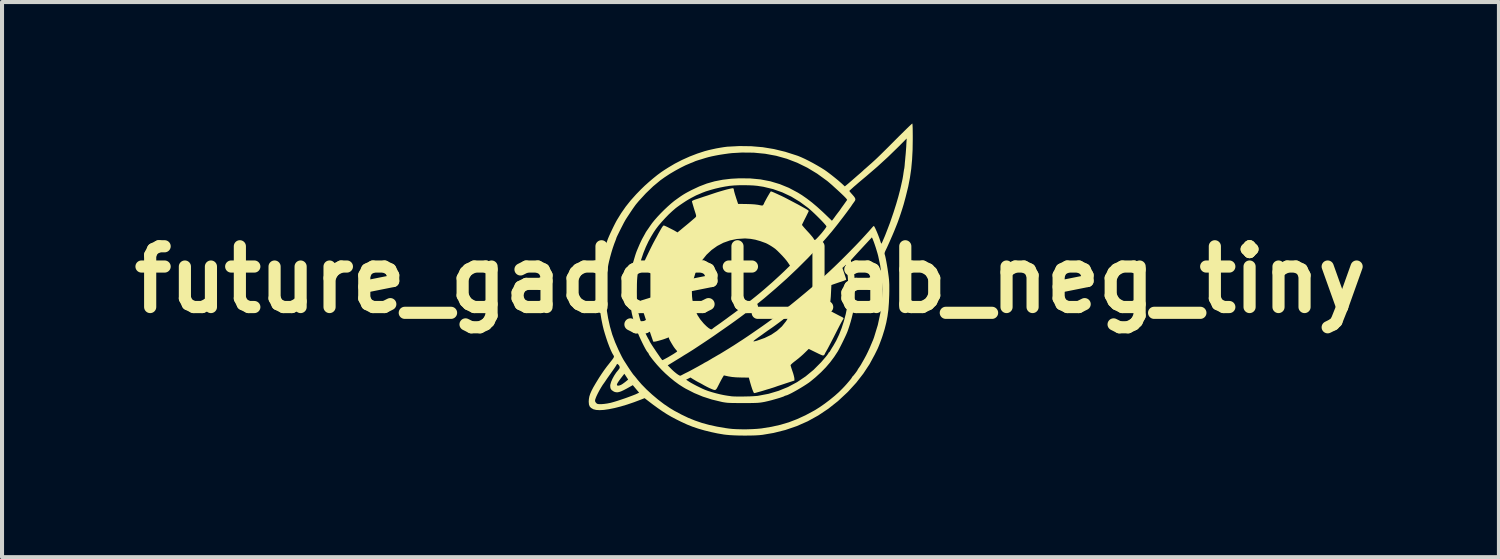
<source format=kicad_pcb>
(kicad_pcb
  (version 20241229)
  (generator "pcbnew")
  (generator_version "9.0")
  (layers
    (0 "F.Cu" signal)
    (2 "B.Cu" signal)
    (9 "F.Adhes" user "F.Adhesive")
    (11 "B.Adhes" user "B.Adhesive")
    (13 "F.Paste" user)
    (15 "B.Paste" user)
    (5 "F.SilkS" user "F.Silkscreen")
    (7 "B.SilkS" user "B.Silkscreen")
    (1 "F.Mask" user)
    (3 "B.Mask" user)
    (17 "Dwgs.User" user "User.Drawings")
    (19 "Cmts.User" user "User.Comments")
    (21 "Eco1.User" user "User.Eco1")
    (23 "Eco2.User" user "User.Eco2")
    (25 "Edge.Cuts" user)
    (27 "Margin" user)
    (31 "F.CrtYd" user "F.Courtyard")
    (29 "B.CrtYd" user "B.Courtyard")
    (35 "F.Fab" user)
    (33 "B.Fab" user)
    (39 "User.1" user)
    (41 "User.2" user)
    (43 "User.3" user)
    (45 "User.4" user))
  (footprint "future_gadget_lab_neg_tiny"
    (layer "F.Cu")
    (at 15.479 3.852)
    (property "Reference" "future_gadget_lab_neg_tiny" (at 0 0 0) (layer "F.SilkS") (effects (font (size 1.5 1.5) (thickness 0.3))))
    (attr board_only exclude_from_pos_files exclude_from_bom)
    (fp_poly (pts (xy 3.998 -3.84) (xy 4.001 -3.802) (xy 4.004 -3.74) (xy 4.005 -3.655) (xy 4.006 -3.546) (xy 4.006 -3.464) (xy 4.002 -3.203) (xy 3.989 -2.96) (xy 3.968 -2.732) (xy 3.936 -2.512) (xy 3.894 -2.295) (xy 3.84 -2.077) (xy 3.838 -2.068) (xy 3.823 -2.011) (xy 3.807 -1.953) (xy 3.795 -1.907) (xy 3.795 -1.907) (xy 3.781 -1.856) (xy 3.763 -1.797) (xy 3.741 -1.726) (xy 3.713 -1.64) (xy 3.678 -1.536) (xy 3.659 -1.483) (xy 3.644 -1.44) (xy 3.622 -1.382) (xy 3.596 -1.317) (xy 3.57 -1.252) (xy 3.548 -1.197) (xy 3.544 -1.188) (xy 3.534 -1.164) (xy 3.517 -1.124) (xy 3.497 -1.077) (xy 3.492 -1.066) (xy 3.428 -0.92) (xy 3.367 -0.785) (xy 3.339 -0.728) (xy 3.318 -0.681) (xy 3.31 -0.65) (xy 3.312 -0.625) (xy 3.314 -0.621) (xy 3.325 -0.583) (xy 3.338 -0.524) (xy 3.353 -0.447) (xy 3.369 -0.357) (xy 3.385 -0.259) (xy 3.4 -0.155) (xy 3.403 -0.132) (xy 3.413 -0.058) (xy 3.42 0.006) (xy 3.424 0.066) (xy 3.427 0.13) (xy 3.427 0.202) (xy 3.427 0.289) (xy 3.425 0.382) (xy 3.417 0.573) (xy 3.404 0.745) (xy 3.382 0.906) (xy 3.352 1.063) (xy 3.312 1.222) (xy 3.26 1.39) (xy 3.259 1.393) (xy 3.243 1.44) (xy 3.222 1.497) (xy 3.199 1.559) (xy 3.176 1.619) (xy 3.155 1.67) (xy 3.139 1.707) (xy 3.134 1.718) (xy 3.123 1.739) (xy 3.105 1.776) (xy 3.081 1.824) (xy 3.07 1.847) (xy 2.939 2.089) (xy 2.786 2.321) (xy 2.612 2.545) (xy 2.413 2.763) (xy 2.389 2.787) (xy 2.159 3.001) (xy 1.92 3.19) (xy 1.671 3.356) (xy 1.412 3.499) (xy 1.142 3.618) (xy 0.861 3.714) (xy 0.569 3.787) (xy 0.298 3.833) (xy 0.213 3.842) (xy 0.107 3.848) (xy -0.012 3.851) (xy -0.138 3.852) (xy -0.267 3.851) (xy -0.391 3.847) (xy -0.506 3.841) (xy -0.604 3.832) (xy -0.655 3.826) (xy -0.814 3.799) (xy -0.978 3.764) (xy -1.14 3.724) (xy -1.295 3.679) (xy -1.436 3.631) (xy -1.559 3.582) (xy -1.577 3.574) (xy -1.718 3.509) (xy -1.842 3.447) (xy -1.957 3.386) (xy -2.065 3.323) (xy -2.172 3.254) (xy -2.284 3.177) (xy -2.405 3.089) (xy -2.539 2.987) (xy -2.545 2.982) (xy -2.615 2.928) (xy -2.698 2.961) (xy -2.875 3.028) (xy -3.045 3.086) (xy -3.206 3.134) (xy -3.356 3.172) (xy -3.494 3.2) (xy -3.617 3.218) (xy -3.723 3.224) (xy -3.811 3.219) (xy -3.879 3.202) (xy -3.885 3.199) (xy -3.937 3.169) (xy -3.97 3.133) (xy -3.988 3.085) (xy -3.994 3.019) (xy -3.994 3.012) (xy -3.993 2.993) (xy -3.838 2.993) (xy -3.833 3.014) (xy -3.826 3.028) (xy -3.802 3.056) (xy -3.775 3.071) (xy -3.737 3.076) (xy -3.68 3.076) (xy -3.611 3.07) (xy -3.538 3.06) (xy -3.466 3.046) (xy -3.448 3.042) (xy -3.376 3.022) (xy -3.29 2.996) (xy -3.194 2.964) (xy -3.096 2.931) (xy -3 2.896) (xy -2.912 2.863) (xy -2.838 2.834) (xy -2.791 2.812) (xy -2.75 2.793) (xy -2.828 2.7) (xy -2.906 2.607) (xy -2.965 2.64) (xy -3.059 2.693) (xy -3.136 2.733) (xy -3.197 2.761) (xy -3.247 2.777) (xy -3.289 2.784) (xy -3.326 2.781) (xy -3.362 2.771) (xy -3.382 2.761) (xy -3.431 2.727) (xy -3.458 2.681) (xy -3.464 2.622) (xy -3.46 2.591) (xy -3.298 2.591) (xy -3.295 2.611) (xy -3.276 2.619) (xy -3.267 2.62) (xy -3.233 2.614) (xy -3.195 2.599) (xy -3.194 2.598) (xy -3.162 2.579) (xy -3.12 2.549) (xy -3.086 2.523) (xy -3.02 2.469) (xy -3.067 2.397) (xy -3.115 2.326) (xy -3.208 2.446) (xy -3.255 2.511) (xy -3.285 2.558) (xy -3.298 2.591) (xy -3.46 2.591) (xy -3.46 2.59) (xy -3.442 2.527) (xy -3.41 2.453) (xy -3.367 2.374) (xy -3.318 2.299) (xy -3.265 2.234) (xy -3.235 2.194) (xy -3.228 2.16) (xy -3.242 2.126) (xy -3.245 2.121) (xy -3.269 2.095) (xy -3.289 2.082) (xy -3.3 2.087) (xy -3.3 2.092) (xy -3.307 2.106) (xy -3.327 2.138) (xy -3.356 2.182) (xy -3.393 2.235) (xy -3.413 2.263) (xy -3.456 2.324) (xy -3.497 2.382) (xy -3.533 2.433) (xy -3.558 2.47) (xy -3.564 2.478) (xy -3.587 2.513) (xy -3.606 2.54) (xy -3.612 2.549) (xy -3.648 2.599) (xy -3.689 2.665) (xy -3.732 2.739) (xy -3.771 2.813) (xy -3.803 2.88) (xy -3.821 2.925) (xy -3.835 2.966) (xy -3.838 2.993) (xy -3.993 2.993) (xy -3.99 2.95) (xy -3.979 2.888) (xy -3.958 2.822) (xy -3.926 2.748) (xy -3.882 2.663) (xy -3.823 2.562) (xy -3.809 2.539) (xy -3.738 2.423) (xy -3.673 2.324) (xy -3.611 2.234) (xy -3.546 2.146) (xy -3.499 2.087) (xy -3.449 2.023) (xy -3.412 1.976) (xy -3.388 1.942) (xy -3.375 1.918) (xy -3.371 1.9) (xy -3.374 1.886) (xy -3.382 1.872) (xy -3.386 1.866) (xy -3.416 1.814) (xy -3.45 1.742) (xy -3.486 1.655) (xy -3.524 1.555) (xy -3.56 1.449) (xy -3.594 1.341) (xy -3.625 1.235) (xy -3.649 1.136) (xy -3.653 1.117) (xy -3.681 0.981) (xy -3.702 0.853) (xy -3.718 0.726) (xy -3.728 0.596) (xy -3.734 0.454) (xy -3.735 0.388) (xy -3.576 0.388) (xy -3.569 0.569) (xy -3.552 0.732) (xy -3.515 0.957) (xy -3.469 1.163) (xy -3.413 1.358) (xy -3.343 1.547) (xy -3.259 1.738) (xy -3.228 1.802) (xy -3.198 1.863) (xy -3.175 1.909) (xy -3.156 1.944) (xy -3.137 1.978) (xy -3.114 2.015) (xy -3.083 2.063) (xy -3.06 2.099) (xy -3.019 2.163) (xy -2.978 2.225) (xy -2.941 2.279) (xy -2.91 2.323) (xy -2.888 2.352) (xy -2.879 2.363) (xy -2.867 2.375) (xy -2.844 2.403) (xy -2.813 2.441) (xy -2.794 2.466) (xy -2.69 2.587) (xy -2.566 2.714) (xy -2.429 2.84) (xy -2.284 2.962) (xy -2.136 3.075) (xy -1.989 3.174) (xy -1.881 3.239) (xy -1.705 3.333) (xy -1.536 3.414) (xy -1.368 3.482) (xy -1.198 3.54) (xy -1.019 3.589) (xy -0.826 3.631) (xy -0.615 3.667) (xy -0.539 3.678) (xy -0.448 3.688) (xy -0.338 3.694) (xy -0.216 3.697) (xy -0.088 3.697) (xy 0.039 3.693) (xy 0.158 3.686) (xy 0.264 3.676) (xy 0.284 3.673) (xy 0.519 3.635) (xy 0.737 3.586) (xy 0.946 3.524) (xy 1.149 3.446) (xy 1.354 3.352) (xy 1.565 3.239) (xy 1.603 3.217) (xy 1.714 3.147) (xy 1.834 3.063) (xy 1.957 2.97) (xy 2.076 2.873) (xy 2.184 2.777) (xy 2.273 2.688) (xy 2.328 2.63) (xy 2.379 2.573) (xy 2.425 2.519) (xy 2.463 2.474) (xy 2.49 2.439) (xy 2.503 2.419) (xy 2.504 2.416) (xy 2.514 2.398) (xy 2.52 2.392) (xy 2.535 2.378) (xy 2.558 2.35) (xy 2.586 2.315) (xy 2.613 2.279) (xy 2.634 2.248) (xy 2.645 2.23) (xy 2.645 2.228) (xy 2.652 2.213) (xy 2.67 2.187) (xy 2.676 2.179) (xy 2.704 2.138) (xy 2.731 2.095) (xy 2.732 2.093) (xy 2.749 2.062) (xy 2.775 2.017) (xy 2.805 1.964) (xy 2.822 1.933) (xy 2.856 1.87) (xy 2.893 1.795) (xy 2.929 1.718) (xy 2.948 1.676) (xy 2.972 1.618) (xy 2.994 1.567) (xy 3.01 1.528) (xy 3.019 1.509) (xy 3.029 1.483) (xy 3.044 1.443) (xy 3.054 1.413) (xy 3.143 1.121) (xy 3.206 0.828) (xy 3.244 0.535) (xy 3.255 0.24) (xy 3.241 -0.054) (xy 3.202 -0.35) (xy 3.152 -0.584) (xy 3.137 -0.641) (xy 3.116 -0.711) (xy 3.093 -0.787) (xy 3.068 -0.862) (xy 3.045 -0.928) (xy 3.025 -0.978) (xy 3.022 -0.987) (xy 2.998 -1.042) (xy 2.921 -0.961) (xy 2.878 -0.914) (xy 2.824 -0.856) (xy 2.764 -0.791) (xy 2.702 -0.724) (xy 2.642 -0.659) (xy 2.588 -0.6) (xy 2.545 -0.553) (xy 2.525 -0.53) (xy 2.477 -0.477) (xy 2.503 -0.376) (xy 2.524 -0.294) (xy 2.54 -0.226) (xy 2.553 -0.166) (xy 2.562 -0.111) (xy 2.568 -0.055) (xy 2.572 0.008) (xy 2.574 0.082) (xy 2.575 0.172) (xy 2.575 0.27) (xy 2.574 0.38) (xy 2.573 0.469) (xy 2.571 0.54) (xy 2.568 0.597) (xy 2.564 0.645) (xy 2.558 0.686) (xy 2.551 0.719) (xy 2.525 0.84) (xy 2.5 0.943) (xy 2.474 1.039) (xy 2.445 1.134) (xy 2.411 1.237) (xy 2.394 1.284) (xy 2.381 1.316) (xy 2.359 1.366) (xy 2.33 1.428) (xy 2.297 1.497) (xy 2.262 1.569) (xy 2.227 1.638) (xy 2.196 1.698) (xy 2.171 1.745) (xy 2.158 1.769) (xy 2.065 1.911) (xy 1.967 2.042) (xy 1.861 2.166) (xy 1.742 2.288) (xy 1.606 2.412) (xy 1.489 2.509) (xy 1.442 2.545) (xy 1.381 2.586) (xy 1.311 2.631) (xy 1.236 2.677) (xy 1.158 2.723) (xy 1.083 2.765) (xy 1.013 2.803) (xy 0.952 2.833) (xy 0.905 2.854) (xy 0.874 2.863) (xy 0.87 2.864) (xy 0.846 2.871) (xy 0.84 2.875) (xy 0.821 2.886) (xy 0.781 2.9) (xy 0.726 2.919) (xy 0.659 2.939) (xy 0.586 2.96) (xy 0.511 2.981) (xy 0.439 2.999) (xy 0.374 3.014) (xy 0.347 3.02) (xy 0.302 3.028) (xy 0.26 3.035) (xy 0.217 3.04) (xy 0.17 3.044) (xy 0.114 3.046) (xy 0.046 3.048) (xy -0.039 3.049) (xy -0.144 3.049) (xy -0.186 3.049) (xy -0.299 3.049) (xy -0.39 3.048) (xy -0.463 3.047) (xy -0.522 3.045) (xy -0.571 3.042) (xy -0.614 3.037) (xy -0.654 3.031) (xy -0.695 3.024) (xy -0.713 3.02) (xy -0.953 2.962) (xy -1.177 2.89) (xy -1.391 2.801) (xy -1.602 2.693) (xy -1.663 2.657) (xy -1.766 2.591) (xy -1.878 2.509) (xy -1.923 2.472) (xy -1.59 2.472) (xy -1.511 2.524) (xy -1.465 2.552) (xy -1.403 2.586) (xy -1.331 2.624) (xy -1.256 2.661) (xy -1.186 2.695) (xy -1.126 2.721) (xy -1.124 2.722) (xy -1.049 2.75) (xy -0.957 2.779) (xy -0.857 2.807) (xy -0.756 2.832) (xy -0.662 2.852) (xy -0.604 2.862) (xy -0.552 2.87) (xy -0.507 2.876) (xy -0.477 2.881) (xy -0.475 2.881) (xy -0.431 2.885) (xy -0.367 2.887) (xy -0.288 2.888) (xy -0.2 2.888) (xy -0.107 2.886) (xy -0.017 2.884) (xy 0.066 2.88) (xy 0.137 2.875) (xy 0.19 2.87) (xy 0.191 2.869) (xy 0.448 2.82) (xy 0.693 2.747) (xy 0.927 2.652) (xy 1.149 2.533) (xy 1.359 2.392) (xy 1.557 2.229) (xy 1.743 2.042) (xy 1.849 1.919) (xy 1.883 1.877) (xy 1.909 1.842) (xy 1.924 1.818) (xy 1.926 1.812) (xy 1.934 1.798) (xy 1.937 1.798) (xy 1.95 1.788) (xy 1.963 1.769) (xy 1.978 1.742) (xy 1.996 1.712) (xy 2.021 1.671) (xy 2.043 1.637) (xy 2.116 1.509) (xy 2.186 1.361) (xy 2.25 1.198) (xy 2.306 1.025) (xy 2.352 0.85) (xy 2.387 0.676) (xy 2.388 0.668) (xy 2.398 0.586) (xy 2.406 0.485) (xy 2.41 0.374) (xy 2.412 0.257) (xy 2.412 0.141) (xy 2.408 0.032) (xy 2.402 -0.063) (xy 2.393 -0.135) (xy 2.384 -0.195) (xy 2.374 -0.252) (xy 2.367 -0.298) (xy 2.365 -0.308) (xy 2.356 -0.365) (xy 2.313 -0.326) (xy 2.269 -0.287) (xy 2.316 -0.149) (xy 2.335 -0.093) (xy 2.35 -0.046) (xy 2.36 -0.013) (xy 2.363 -0.001) (xy 2.358 0.006) (xy 2.34 0.015) (xy 2.308 0.028) (xy 2.256 0.047) (xy 2.202 0.064) (xy 2.161 0.078) (xy 2.109 0.096) (xy 2.074 0.108) (xy 1.997 0.135) (xy 1.987 0.334) (xy 1.983 0.414) (xy 1.976 0.495) (xy 1.968 0.569) (xy 1.96 0.628) (xy 1.957 0.641) (xy 1.948 0.694) (xy 1.943 0.727) (xy 1.944 0.747) (xy 1.951 0.759) (xy 1.96 0.767) (xy 1.979 0.778) (xy 2.016 0.799) (xy 2.065 0.825) (xy 2.121 0.854) (xy 2.178 0.884) (xy 2.231 0.911) (xy 2.27 0.93) (xy 2.295 0.95) (xy 2.295 0.973) (xy 2.287 0.983) (xy 2.278 0.994) (xy 2.265 1.017) (xy 2.246 1.051) (xy 2.219 1.1) (xy 2.185 1.166) (xy 2.142 1.249) (xy 2.089 1.353) (xy 2.049 1.432) (xy 2.007 1.513) (xy 1.967 1.59) (xy 1.931 1.659) (xy 1.901 1.715) (xy 1.879 1.754) (xy 1.871 1.769) (xy 1.851 1.802) (xy 1.838 1.827) (xy 1.836 1.834) (xy 1.828 1.85) (xy 1.814 1.865) (xy 1.804 1.872) (xy 1.79 1.874) (xy 1.77 1.87) (xy 1.74 1.858) (xy 1.695 1.838) (xy 1.632 1.807) (xy 1.615 1.799) (xy 1.438 1.712) (xy 1.358 1.79) (xy 1.299 1.847) (xy 1.243 1.897) (xy 1.184 1.947) (xy 1.113 2.003) (xy 1.08 2.028) (xy 1.039 2.061) (xy 1.008 2.09) (xy 0.991 2.109) (xy 0.989 2.114) (xy 0.993 2.132) (xy 1.004 2.169) (xy 1.02 2.218) (xy 1.034 2.259) (xy 1.054 2.318) (xy 1.07 2.375) (xy 1.08 2.421) (xy 1.083 2.44) (xy 1.085 2.493) (xy 0.873 2.562) (xy 0.799 2.587) (xy 0.729 2.61) (xy 0.668 2.63) (xy 0.623 2.646) (xy 0.604 2.653) (xy 0.553 2.67) (xy 0.498 2.687) (xy 0.485 2.692) (xy 0.432 2.707) (xy 0.376 2.724) (xy 0.363 2.728) (xy 0.295 2.749) (xy 0.229 2.768) (xy 0.171 2.784) (xy 0.125 2.797) (xy 0.096 2.803) (xy 0.092 2.804) (xy 0.08 2.793) (xy 0.064 2.759) (xy 0.043 2.706) (xy 0.02 2.636) (xy -0.005 2.552) (xy -0.022 2.491) (xy -0.041 2.421) (xy -0.235 2.418) (xy -0.357 2.414) (xy -0.457 2.405) (xy -0.542 2.391) (xy -0.543 2.391) (xy -0.657 2.366) (xy -0.686 2.413) (xy -0.707 2.449) (xy -0.733 2.497) (xy -0.757 2.543) (xy -0.792 2.612) (xy -0.818 2.662) (xy -0.837 2.695) (xy -0.853 2.714) (xy -0.867 2.724) (xy -0.882 2.727) (xy -0.891 2.726) (xy -0.919 2.719) (xy -0.964 2.701) (xy -1.022 2.675) (xy -1.086 2.643) (xy -1.152 2.608) (xy -1.188 2.587) (xy -1.229 2.564) (xy -1.269 2.543) (xy -1.278 2.539) (xy -1.308 2.523) (xy -1.351 2.499) (xy -1.397 2.471) (xy -1.4 2.47) (xy -1.483 2.418) (xy -1.536 2.445) (xy -1.59 2.472) (xy -1.923 2.472) (xy -1.992 2.416) (xy -2.102 2.318) (xy -2.196 2.226) (xy -2.254 2.164) (xy -2.296 2.118) (xy -2.044 2.118) (xy -1.943 2.22) (xy -1.889 2.27) (xy -1.836 2.314) (xy -1.789 2.348) (xy -1.752 2.369) (xy -1.734 2.374) (xy -1.719 2.369) (xy -1.691 2.355) (xy -1.682 2.35) (xy -1.646 2.331) (xy -1.599 2.307) (xy -1.56 2.288) (xy -1.523 2.269) (xy -1.471 2.242) (xy -1.412 2.21) (xy -1.348 2.175) (xy -1.286 2.141) (xy -1.231 2.11) (xy -1.187 2.086) (xy -1.159 2.069) (xy -1.156 2.067) (xy -1.131 2.052) (xy -1.098 2.035) (xy -1.065 2.018) (xy -1.04 2.003) (xy -1.017 1.989) (xy -0.981 1.968) (xy -0.937 1.941) (xy -0.889 1.914) (xy -0.845 1.888) (xy -0.807 1.866) (xy -0.783 1.852) (xy -0.776 1.849) (xy -0.765 1.843) (xy -0.736 1.825) (xy -0.693 1.799) (xy -0.641 1.767) (xy -0.584 1.732) (xy -0.525 1.696) (xy -0.47 1.661) (xy -0.421 1.631) (xy -0.384 1.607) (xy -0.372 1.599) (xy -0.344 1.581) (xy -0.3 1.552) (xy -0.251 1.52) (xy 0.073 1.52) (xy 0.077 1.527) (xy 0.101 1.524) (xy 0.146 1.513) (xy 0.166 1.507) (xy 0.349 1.442) (xy 0.511 1.363) (xy 0.653 1.267) (xy 0.775 1.157) (xy 0.877 1.03) (xy 0.936 0.933) (xy 0.961 0.886) (xy 0.973 0.86) (xy 0.971 0.852) (xy 0.956 0.862) (xy 0.934 0.882) (xy 0.902 0.909) (xy 0.853 0.949) (xy 0.792 0.996) (xy 0.724 1.048) (xy 0.652 1.101) (xy 0.582 1.152) (xy 0.518 1.197) (xy 0.465 1.233) (xy 0.463 1.235) (xy 0.437 1.252) (xy 0.398 1.28) (xy 0.353 1.312) (xy 0.34 1.321) (xy 0.289 1.359) (xy 0.235 1.397) (xy 0.191 1.428) (xy 0.186 1.432) (xy 0.127 1.474) (xy 0.089 1.503) (xy 0.073 1.52) (xy -0.251 1.52) (xy -0.247 1.518) (xy -0.193 1.483) (xy -0.133 1.443) (xy -0.057 1.392) (xy 0.028 1.334) (xy 0.119 1.271) (xy 0.209 1.209) (xy 0.294 1.15) (xy 0.367 1.098) (xy 0.416 1.063) (xy 0.464 1.028) (xy 0.519 0.988) (xy 0.552 0.965) (xy 0.6 0.93) (xy 0.655 0.888) (xy 0.701 0.852) (xy 0.745 0.818) (xy 0.8 0.774) (xy 0.861 0.728) (xy 0.905 0.693) (xy 0.96 0.65) (xy 1.026 0.597) (xy 1.1 0.537) (xy 1.18 0.472) (xy 1.262 0.404) (xy 1.343 0.337) (xy 1.42 0.272) (xy 1.49 0.213) (xy 1.55 0.162) (xy 1.596 0.122) (xy 1.627 0.094) (xy 1.631 0.09) (xy 1.651 0.071) (xy 1.686 0.039) (xy 1.733 -0.004) (xy 1.788 -0.054) (xy 1.842 -0.103) (xy 1.95 -0.202) (xy 2.069 -0.314) (xy 2.196 -0.437) (xy 2.326 -0.566) (xy 2.458 -0.699) (xy 2.587 -0.831) (xy 2.71 -0.96) (xy 2.823 -1.083) (xy 2.924 -1.194) (xy 3.005 -1.287) (xy 3.027 -1.311) (xy 3.043 -1.322) (xy 3.045 -1.323) (xy 3.056 -1.311) (xy 3.073 -1.28) (xy 3.095 -1.233) (xy 3.121 -1.174) (xy 3.148 -1.108) (xy 3.174 -1.04) (xy 3.198 -0.972) (xy 3.21 -0.934) (xy 3.221 -0.904) (xy 3.23 -0.887) (xy 3.231 -0.886) (xy 3.239 -0.897) (xy 3.252 -0.923) (xy 3.257 -0.934) (xy 3.275 -0.977) (xy 3.293 -1.017) (xy 3.294 -1.021) (xy 3.308 -1.052) (xy 3.328 -1.101) (xy 3.352 -1.163) (xy 3.378 -1.23) (xy 3.404 -1.298) (xy 3.428 -1.361) (xy 3.447 -1.411) (xy 3.454 -1.432) (xy 3.531 -1.657) (xy 3.596 -1.862) (xy 3.649 -2.044) (xy 3.691 -2.205) (xy 3.704 -2.26) (xy 3.718 -2.321) (xy 3.732 -2.385) (xy 3.743 -2.433) (xy 3.754 -2.485) (xy 3.765 -2.549) (xy 3.775 -2.613) (xy 3.775 -2.619) (xy 3.783 -2.669) (xy 3.789 -2.709) (xy 3.794 -2.732) (xy 3.795 -2.735) (xy 3.798 -2.751) (xy 3.802 -2.785) (xy 3.807 -2.831) (xy 3.807 -2.839) (xy 3.812 -2.898) (xy 3.819 -2.969) (xy 3.825 -3.039) (xy 3.827 -3.056) (xy 3.833 -3.122) (xy 3.839 -3.202) (xy 3.845 -3.284) (xy 3.847 -3.331) (xy 3.856 -3.483) (xy 3.646 -3.272) (xy 3.395 -3.028) (xy 3.133 -2.788) (xy 2.853 -2.547) (xy 2.794 -2.498) (xy 2.732 -2.446) (xy 2.669 -2.393) (xy 2.608 -2.34) (xy 2.552 -2.292) (xy 2.505 -2.249) (xy 2.468 -2.216) (xy 2.445 -2.194) (xy 2.44 -2.188) (xy 2.448 -2.175) (xy 2.469 -2.149) (xy 2.5 -2.114) (xy 2.511 -2.102) (xy 2.554 -2.052) (xy 2.58 -2.014) (xy 2.589 -1.983) (xy 2.583 -1.954) (xy 2.563 -1.922) (xy 2.559 -1.917) (xy 2.531 -1.878) (xy 2.504 -1.84) (xy 2.498 -1.83) (xy 2.476 -1.797) (xy 2.44 -1.748) (xy 2.394 -1.685) (xy 2.34 -1.613) (xy 2.282 -1.536) (xy 2.22 -1.456) (xy 2.16 -1.377) (xy 2.102 -1.304) (xy 2.05 -1.239) (xy 2.007 -1.186) (xy 1.987 -1.162) (xy 1.964 -1.136) (xy 1.931 -1.096) (xy 1.891 -1.05) (xy 1.866 -1.021) (xy 1.651 -0.777) (xy 1.415 -0.528) (xy 1.162 -0.276) (xy 0.896 -0.024) (xy 0.62 0.222) (xy 0.339 0.462) (xy 0.141 0.622) (xy 0.094 0.66) (xy 0.051 0.693) (xy 0.02 0.719) (xy 0.006 0.73) (xy -0.062 0.784) (xy -0.149 0.851) (xy -0.251 0.927) (xy -0.367 1.012) (xy -0.493 1.102) (xy -0.627 1.196) (xy -0.765 1.292) (xy -0.904 1.389) (xy -1.042 1.483) (xy -1.177 1.573) (xy -1.304 1.657) (xy -1.421 1.734) (xy -1.526 1.8) (xy -1.576 1.831) (xy -1.605 1.848) (xy -1.649 1.875) (xy -1.699 1.907) (xy -1.723 1.922) (xy -1.787 1.961) (xy -1.859 2.005) (xy -1.925 2.046) (xy -1.937 2.053) (xy -2.044 2.118) (xy -2.296 2.118) (xy -2.313 2.099) (xy -2.368 2.034) (xy -2.419 1.972) (xy -2.461 1.916) (xy -2.494 1.871) (xy -2.513 1.838) (xy -2.517 1.825) (xy -2.526 1.809) (xy -2.527 1.808) (xy -2.543 1.792) (xy -2.568 1.756) (xy -2.598 1.704) (xy -2.633 1.638) (xy -2.67 1.564) (xy -2.708 1.485) (xy -2.745 1.404) (xy -2.779 1.325) (xy -2.808 1.253) (xy -2.828 1.194) (xy -2.869 1.068) (xy -2.901 0.957) (xy -2.926 0.855) (xy -2.945 0.758) (xy -2.958 0.659) (xy -2.966 0.553) (xy -2.971 0.433) (xy -2.972 0.302) (xy -2.806 0.302) (xy -2.805 0.425) (xy -2.803 0.527) (xy -2.798 0.614) (xy -2.791 0.69) (xy -2.78 0.762) (xy -2.765 0.834) (xy -2.746 0.911) (xy -2.73 0.97) (xy -2.7 1.061) (xy -2.663 1.162) (xy -2.622 1.264) (xy -2.578 1.358) (xy -2.537 1.438) (xy -2.529 1.453) (xy -2.508 1.488) (xy -2.495 1.514) (xy -2.491 1.523) (xy -2.484 1.538) (xy -2.465 1.569) (xy -2.437 1.614) (xy -2.402 1.668) (xy -2.362 1.727) (xy -2.321 1.789) (xy -2.28 1.848) (xy -2.243 1.902) (xy -2.212 1.946) (xy -2.189 1.976) (xy -2.177 1.99) (xy -2.176 1.99) (xy -2.162 1.985) (xy -2.133 1.97) (xy -2.105 1.955) (xy -2.035 1.917) (xy -1.969 1.878) (xy -1.91 1.843) (xy -1.862 1.812) (xy -1.828 1.789) (xy -1.811 1.775) (xy -1.811 1.773) (xy -1.819 1.758) (xy -1.839 1.734) (xy -1.843 1.73) (xy -1.865 1.703) (xy -1.895 1.662) (xy -1.927 1.611) (xy -1.959 1.558) (xy -1.986 1.51) (xy -2.005 1.472) (xy -2.011 1.456) (xy -2.018 1.427) (xy -2.097 1.457) (xy -2.159 1.479) (xy -2.223 1.498) (xy -2.284 1.515) (xy -2.336 1.528) (xy -2.376 1.534) (xy -2.398 1.534) (xy -2.4 1.533) (xy -2.406 1.519) (xy -2.418 1.484) (xy -2.436 1.432) (xy -2.459 1.365) (xy -2.485 1.288) (xy -2.513 1.203) (xy -2.543 1.115) (xy -2.572 1.026) (xy -2.6 0.94) (xy -2.626 0.86) (xy -2.648 0.791) (xy -2.666 0.734) (xy -2.672 0.714) (xy -2.688 0.657) (xy -2.701 0.603) (xy -2.71 0.559) (xy -2.713 0.53) (xy -2.711 0.522) (xy -2.696 0.516) (xy -2.662 0.505) (xy -2.616 0.491) (xy -2.588 0.482) (xy -2.526 0.463) (xy -2.465 0.444) (xy -2.413 0.428) (xy -2.401 0.425) (xy -2.331 0.402) (xy -2.326 0.289) (xy -1.448 0.289) (xy -1.444 0.411) (xy -1.431 0.528) (xy -1.409 0.629) (xy -1.408 0.631) (xy -1.362 0.766) (xy -1.307 0.881) (xy -1.24 0.984) (xy -1.158 1.082) (xy -1.151 1.09) (xy -1.087 1.153) (xy -1.033 1.198) (xy -0.99 1.224) (xy -0.959 1.23) (xy -0.944 1.22) (xy -0.931 1.208) (xy -0.901 1.185) (xy -0.862 1.157) (xy -0.85 1.149) (xy -0.796 1.111) (xy -0.736 1.069) (xy -0.687 1.033) (xy -0.64 0.999) (xy -0.582 0.957) (xy -0.525 0.914) (xy -0.508 0.902) (xy -0.432 0.847) (xy -0.371 0.802) (xy -0.319 0.763) (xy -0.269 0.726) (xy -0.217 0.686) (xy -0.155 0.639) (xy -0.135 0.623) (xy -0.06 0.565) (xy -0.000399 0.519) (xy 0.048 0.481) (xy 0.089 0.448) (xy 0.128 0.417) (xy 0.168 0.384) (xy 0.216 0.345) (xy 0.252 0.315) (xy 0.335 0.245) (xy 0.43 0.162) (xy 0.533 0.072) (xy 0.636 -0.022) (xy 0.736 -0.114) (xy 0.826 -0.199) (xy 0.863 -0.235) (xy 0.975 -0.344) (xy 0.921 -0.425) (xy 0.888 -0.47) (xy 0.841 -0.526) (xy 0.785 -0.588) (xy 0.725 -0.65) (xy 0.668 -0.707) (xy 0.617 -0.753) (xy 0.61 -0.759) (xy 0.571 -0.787) (xy 0.52 -0.821) (xy 0.464 -0.855) (xy 0.413 -0.883) (xy 0.378 -0.9) (xy 0.242 -0.949) (xy 0.119 -0.984) (xy 0.002 -1.005) (xy -0.117 -1.014) (xy -0.154 -1.014) (xy -0.336 -1.002) (xy -0.508 -0.966) (xy -0.671 -0.908) (xy -0.822 -0.829) (xy -0.961 -0.73) (xy -1.086 -0.612) (xy -1.195 -0.476) (xy -1.288 -0.323) (xy -1.362 -0.155) (xy -1.417 0.028) (xy -1.425 0.06) (xy -1.441 0.169) (xy -1.448 0.289) (xy -2.326 0.289) (xy -2.322 0.185) (xy -2.318 0.11) (xy -2.314 0.041) (xy -2.309 -0.015) (xy -2.305 -0.056) (xy -2.302 -0.071) (xy -2.294 -0.109) (xy -2.291 -0.155) (xy -2.291 -0.165) (xy -2.292 -0.22) (xy -2.433 -0.294) (xy -2.507 -0.333) (xy -2.561 -0.362) (xy -2.598 -0.383) (xy -2.62 -0.398) (xy -2.63 -0.408) (xy -2.632 -0.413) (xy -2.627 -0.43) (xy -2.612 -0.465) (xy -2.589 -0.516) (xy -2.56 -0.577) (xy -2.527 -0.646) (xy -2.492 -0.718) (xy -2.457 -0.789) (xy -2.424 -0.855) (xy -2.394 -0.913) (xy -2.37 -0.957) (xy -2.352 -0.991) (xy -2.325 -1.039) (xy -2.295 -1.095) (xy -2.28 -1.124) (xy -2.236 -1.202) (xy -2.203 -1.26) (xy -2.178 -1.3) (xy -2.159 -1.324) (xy -2.146 -1.334) (xy -2.141 -1.335) (xy -2.124 -1.33) (xy -2.089 -1.315) (xy -2.043 -1.293) (xy -1.99 -1.266) (xy -1.935 -1.238) (xy -1.884 -1.212) (xy -1.843 -1.188) (xy -1.842 -1.188) (xy -1.803 -1.164) (xy -1.726 -1.226) (xy -1.663 -1.279) (xy -1.597 -1.333) (xy -1.533 -1.386) (xy -1.473 -1.437) (xy -1.422 -1.481) (xy -1.382 -1.515) (xy -1.357 -1.538) (xy -1.35 -1.545) (xy -1.343 -1.561) (xy -1.344 -1.587) (xy -1.355 -1.627) (xy -1.359 -1.639) (xy -1.377 -1.695) (xy -1.398 -1.763) (xy -1.419 -1.834) (xy -1.437 -1.896) (xy -1.444 -1.921) (xy -1.445 -1.931) (xy -1.44 -1.94) (xy -1.425 -1.95) (xy -1.398 -1.963) (xy -1.355 -1.978) (xy -1.293 -1.999) (xy -1.223 -2.022) (xy -1.144 -2.049) (xy -1.065 -2.074) (xy -0.995 -2.098) (xy -0.938 -2.117) (xy -0.906 -2.128) (xy -0.83 -2.153) (xy -0.751 -2.177) (xy -0.672 -2.2) (xy -0.597 -2.221) (xy -0.531 -2.237) (xy -0.477 -2.249) (xy -0.441 -2.255) (xy -0.427 -2.254) (xy -0.415 -2.238) (xy -0.411 -2.216) (xy -0.407 -2.191) (xy -0.396 -2.149) (xy -0.38 -2.094) (xy -0.36 -2.032) (xy -0.359 -2.026) (xy -0.306 -1.868) (xy -0.098 -1.865) (xy 0.007 -1.862) (xy 0.099 -1.856) (xy 0.173 -1.847) (xy 0.203 -1.842) (xy 0.252 -1.832) (xy 0.281 -1.828) (xy 0.299 -1.83) (xy 0.31 -1.838) (xy 0.315 -1.845) (xy 0.33 -1.868) (xy 0.333 -1.879) (xy 0.34 -1.895) (xy 0.356 -1.927) (xy 0.38 -1.971) (xy 0.407 -2.021) (xy 0.436 -2.071) (xy 0.463 -2.117) (xy 0.485 -2.153) (xy 0.5 -2.175) (xy 0.503 -2.178) (xy 0.516 -2.174) (xy 0.549 -2.162) (xy 0.595 -2.142) (xy 0.652 -2.116) (xy 0.713 -2.088) (xy 0.776 -2.059) (xy 0.835 -2.03) (xy 0.886 -2.004) (xy 0.918 -1.987) (xy 0.94 -1.975) (xy 0.979 -1.955) (xy 1.028 -1.929) (xy 1.059 -1.913) (xy 1.115 -1.883) (xy 1.169 -1.855) (xy 1.211 -1.832) (xy 1.226 -1.823) (xy 1.265 -1.802) (xy 1.315 -1.774) (xy 1.358 -1.75) (xy 1.397 -1.727) (xy 1.426 -1.707) (xy 1.438 -1.695) (xy 1.438 -1.695) (xy 1.433 -1.68) (xy 1.417 -1.647) (xy 1.394 -1.6) (xy 1.366 -1.543) (xy 1.355 -1.522) (xy 1.325 -1.463) (xy 1.3 -1.412) (xy 1.281 -1.374) (xy 1.272 -1.352) (xy 1.271 -1.349) (xy 1.28 -1.336) (xy 1.303 -1.308) (xy 1.337 -1.268) (xy 1.38 -1.22) (xy 1.406 -1.192) (xy 1.455 -1.139) (xy 1.497 -1.09) (xy 1.531 -1.049) (xy 1.553 -1.02) (xy 1.557 -1.011) (xy 1.573 -0.986) (xy 1.588 -0.976) (xy 1.604 -0.985) (xy 1.633 -1.011) (xy 1.67 -1.05) (xy 1.712 -1.096) (xy 1.756 -1.146) (xy 1.797 -1.197) (xy 1.833 -1.243) (xy 1.859 -1.28) (xy 1.874 -1.306) (xy 1.875 -1.312) (xy 1.866 -1.329) (xy 1.841 -1.36) (xy 1.803 -1.403) (xy 1.754 -1.455) (xy 1.699 -1.511) (xy 1.639 -1.571) (xy 1.578 -1.63) (xy 1.518 -1.686) (xy 1.463 -1.735) (xy 1.425 -1.767) (xy 1.218 -1.92) (xy 1.005 -2.049) (xy 0.784 -2.153) (xy 0.555 -2.234) (xy 0.316 -2.291) (xy 0.167 -2.314) (xy 0.071 -2.323) (xy -0.041 -2.328) (xy -0.162 -2.33) (xy -0.284 -2.329) (xy -0.399 -2.324) (xy -0.498 -2.315) (xy -0.514 -2.314) (xy -0.629 -2.296) (xy -0.752 -2.272) (xy -0.876 -2.243) (xy -0.995 -2.21) (xy -1.102 -2.177) (xy -1.191 -2.143) (xy -1.2 -2.139) (xy -1.244 -2.12) (xy -1.291 -2.1) (xy -1.294 -2.099) (xy -1.33 -2.084) (xy -1.357 -2.071) (xy -1.361 -2.069) (xy -1.382 -2.058) (xy -1.418 -2.039) (xy -1.461 -2.017) (xy -1.464 -2.015) (xy -1.521 -1.983) (xy -1.592 -1.94) (xy -1.668 -1.89) (xy -1.743 -1.839) (xy -1.81 -1.791) (xy -1.849 -1.761) (xy -1.931 -1.69) (xy -2.019 -1.608) (xy -2.106 -1.518) (xy -2.191 -1.425) (xy -2.269 -1.334) (xy -2.335 -1.248) (xy -2.386 -1.173) (xy -2.395 -1.159) (xy -2.408 -1.137) (xy -2.43 -1.101) (xy -2.455 -1.059) (xy -2.52 -0.941) (xy -2.585 -0.803) (xy -2.645 -0.654) (xy -2.698 -0.498) (xy -2.74 -0.353) (xy -2.76 -0.272) (xy -2.775 -0.199) (xy -2.787 -0.13) (xy -2.795 -0.058) (xy -2.801 0.022) (xy -2.804 0.113) (xy -2.805 0.222) (xy -2.806 0.302) (xy -2.972 0.302) (xy -2.972 0.294) (xy -2.972 0.27) (xy -2.971 0.137) (xy -2.969 0.025) (xy -2.963 -0.073) (xy -2.954 -0.162) (xy -2.94 -0.248) (xy -2.92 -0.337) (xy -2.895 -0.433) (xy -2.862 -0.544) (xy -2.848 -0.591) (xy -2.832 -0.64) (xy -2.816 -0.685) (xy -2.805 -0.713) (xy -2.793 -0.742) (xy -2.774 -0.787) (xy -2.751 -0.84) (xy -2.742 -0.862) (xy -2.713 -0.925) (xy -2.681 -0.992) (xy -2.65 -1.049) (xy -2.644 -1.059) (xy -2.621 -1.101) (xy -2.603 -1.133) (xy -2.594 -1.15) (xy -2.594 -1.151) (xy -2.587 -1.164) (xy -2.569 -1.192) (xy -2.544 -1.229) (xy -2.539 -1.235) (xy -2.511 -1.276) (xy -2.487 -1.311) (xy -2.472 -1.333) (xy -2.472 -1.333) (xy -2.428 -1.395) (xy -2.368 -1.469) (xy -2.296 -1.551) (xy -2.215 -1.637) (xy -2.13 -1.722) (xy -2.044 -1.803) (xy -1.962 -1.876) (xy -1.888 -1.937) (xy -1.871 -1.95) (xy -1.792 -2.007) (xy -1.727 -2.053) (xy -1.671 -2.09) (xy -1.617 -2.123) (xy -1.558 -2.156) (xy -1.489 -2.192) (xy -1.457 -2.209) (xy -1.266 -2.299) (xy -1.078 -2.371) (xy -0.888 -2.425) (xy -0.69 -2.464) (xy -0.48 -2.489) (xy -0.275 -2.5) (xy -0.008 -2.497) (xy 0.247 -2.473) (xy 0.49 -2.426) (xy 0.723 -2.356) (xy 0.948 -2.264) (xy 1.166 -2.148) (xy 1.271 -2.083) (xy 1.393 -1.998) (xy 1.516 -1.904) (xy 1.644 -1.796) (xy 1.781 -1.672) (xy 1.843 -1.613) (xy 2.01 -1.452) (xy 2.033 -1.48) (xy 2.058 -1.514) (xy 2.078 -1.541) (xy 2.096 -1.567) (xy 2.125 -1.606) (xy 2.157 -1.648) (xy 2.157 -1.648) (xy 2.188 -1.688) (xy 2.213 -1.722) (xy 2.227 -1.744) (xy 2.228 -1.744) (xy 2.245 -1.77) (xy 2.266 -1.799) (xy 2.291 -1.833) (xy 2.311 -1.861) (xy 2.333 -1.892) (xy 2.358 -1.927) (xy 2.359 -1.929) (xy 2.387 -1.968) (xy 2.36 -2.005) (xy 2.34 -2.026) (xy 2.305 -2.062) (xy 2.257 -2.108) (xy 2.201 -2.161) (xy 2.139 -2.218) (xy 2.075 -2.276) (xy 2.014 -2.332) (xy 1.957 -2.381) (xy 1.909 -2.422) (xy 1.882 -2.443) (xy 1.645 -2.615) (xy 1.402 -2.762) (xy 1.153 -2.884) (xy 0.897 -2.982) (xy 0.633 -3.056) (xy 0.361 -3.106) (xy 0.079 -3.133) (xy -0.213 -3.136) (xy -0.459 -3.122) (xy -0.546 -3.112) (xy -0.645 -3.098) (xy -0.75 -3.082) (xy -0.855 -3.063) (xy -0.953 -3.043) (xy -1.037 -3.023) (xy -1.098 -3.006) (xy -1.151 -2.99) (xy -1.214 -2.97) (xy -1.271 -2.953) (xy -1.319 -2.938) (xy -1.357 -2.925) (xy -1.379 -2.916) (xy -1.38 -2.915) (xy -1.398 -2.907) (xy -1.433 -2.892) (xy -1.478 -2.875) (xy -1.489 -2.87) (xy -1.603 -2.822) (xy -1.729 -2.759) (xy -1.861 -2.687) (xy -1.993 -2.609) (xy -2.118 -2.527) (xy -2.223 -2.452) (xy -2.404 -2.302) (xy -2.583 -2.13) (xy -2.757 -1.941) (xy -2.828 -1.856) (xy -2.849 -1.828) (xy -2.881 -1.783) (xy -2.92 -1.727) (xy -2.962 -1.664) (xy -3.005 -1.599) (xy -3.046 -1.537) (xy -3.08 -1.484) (xy -3.084 -1.477) (xy -3.102 -1.446) (xy -3.127 -1.401) (xy -3.156 -1.344) (xy -3.188 -1.282) (xy -3.221 -1.217) (xy -3.251 -1.156) (xy -3.278 -1.101) (xy -3.299 -1.057) (xy -3.311 -1.029) (xy -3.313 -1.021) (xy -3.318 -1.004) (xy -3.329 -0.975) (xy -3.33 -0.971) (xy -3.363 -0.886) (xy -3.399 -0.783) (xy -3.434 -0.669) (xy -3.466 -0.553) (xy -3.494 -0.442) (xy -3.51 -0.366) (xy -3.54 -0.187) (xy -3.561 0.003) (xy -3.573 0.197) (xy -3.576 0.388) (xy -3.735 0.388) (xy -3.736 0.295) (xy -3.736 0.257) (xy -3.736 0.145) (xy -3.735 0.055) (xy -3.733 -0.02) (xy -3.73 -0.084) (xy -3.725 -0.142) (xy -3.719 -0.199) (xy -3.711 -0.26) (xy -3.705 -0.295) (xy -3.693 -0.368) (xy -3.677 -0.45) (xy -3.659 -0.536) (xy -3.64 -0.621) (xy -3.621 -0.701) (xy -3.603 -0.771) (xy -3.587 -0.827) (xy -3.574 -0.864) (xy -3.571 -0.871) (xy -3.561 -0.894) (xy -3.546 -0.933) (xy -3.531 -0.976) (xy -3.515 -1.018) (xy -3.49 -1.077) (xy -3.458 -1.148) (xy -3.422 -1.224) (xy -3.385 -1.301) (xy -3.349 -1.373) (xy -3.317 -1.434) (xy -3.297 -1.47) (xy -3.191 -1.642) (xy -3.08 -1.801) (xy -2.958 -1.954) (xy -2.821 -2.107) (xy -2.709 -2.222) (xy -2.611 -2.317) (xy -2.506 -2.411) (xy -2.4 -2.501) (xy -2.297 -2.584) (xy -2.202 -2.654) (xy -2.118 -2.71) (xy -2.109 -2.716) (xy -2.086 -2.73) (xy -2.052 -2.752) (xy -2.028 -2.767) (xy -1.868 -2.862) (xy -1.691 -2.953) (xy -1.504 -3.037) (xy -1.315 -3.11) (xy -1.131 -3.17) (xy -1.034 -3.196) (xy -0.941 -3.217) (xy -0.844 -3.238) (xy -0.748 -3.255) (xy -0.662 -3.269) (xy -0.592 -3.278) (xy -0.578 -3.28) (xy -0.274 -3.296) (xy 0.018 -3.292) (xy 0.301 -3.268) (xy 0.579 -3.222) (xy 0.856 -3.155) (xy 1.137 -3.065) (xy 1.175 -3.052) (xy 1.25 -3.021) (xy 1.34 -2.98) (xy 1.44 -2.93) (xy 1.544 -2.875) (xy 1.647 -2.817) (xy 1.742 -2.761) (xy 1.825 -2.709) (xy 1.874 -2.675) (xy 1.94 -2.626) (xy 2.014 -2.569) (xy 2.088 -2.51) (xy 2.158 -2.453) (xy 2.217 -2.402) (xy 2.259 -2.365) (xy 2.328 -2.3) (xy 2.363 -2.328) (xy 2.386 -2.347) (xy 2.422 -2.377) (xy 2.468 -2.417) (xy 2.52 -2.462) (xy 2.575 -2.51) (xy 2.63 -2.558) (xy 2.681 -2.602) (xy 2.724 -2.639) (xy 2.755 -2.667) (xy 2.772 -2.682) (xy 2.774 -2.684) (xy 2.785 -2.695) (xy 2.812 -2.72) (xy 2.851 -2.753) (xy 2.889 -2.787) (xy 2.94 -2.832) (xy 2.987 -2.873) (xy 3.033 -2.915) (xy 3.08 -2.958) (xy 3.129 -3.004) (xy 3.184 -3.057) (xy 3.246 -3.118) (xy 3.318 -3.189) (xy 3.403 -3.273) (xy 3.501 -3.372) (xy 3.573 -3.444) (xy 3.657 -3.528) (xy 3.737 -3.607) (xy 3.808 -3.677) (xy 3.871 -3.739) (xy 3.923 -3.789) (xy 3.962 -3.825) (xy 3.986 -3.847) (xy 3.994 -3.852)) (stroke (width 0) (type solid)) (fill yes) (layer "F.SilkS")))
  (gr_rect
    (start -3 -3)
    (end 33.957 10.705)
    (stroke (width 0.1) (type default))
    (fill no)
    (layer "Edge.Cuts")))
</source>
